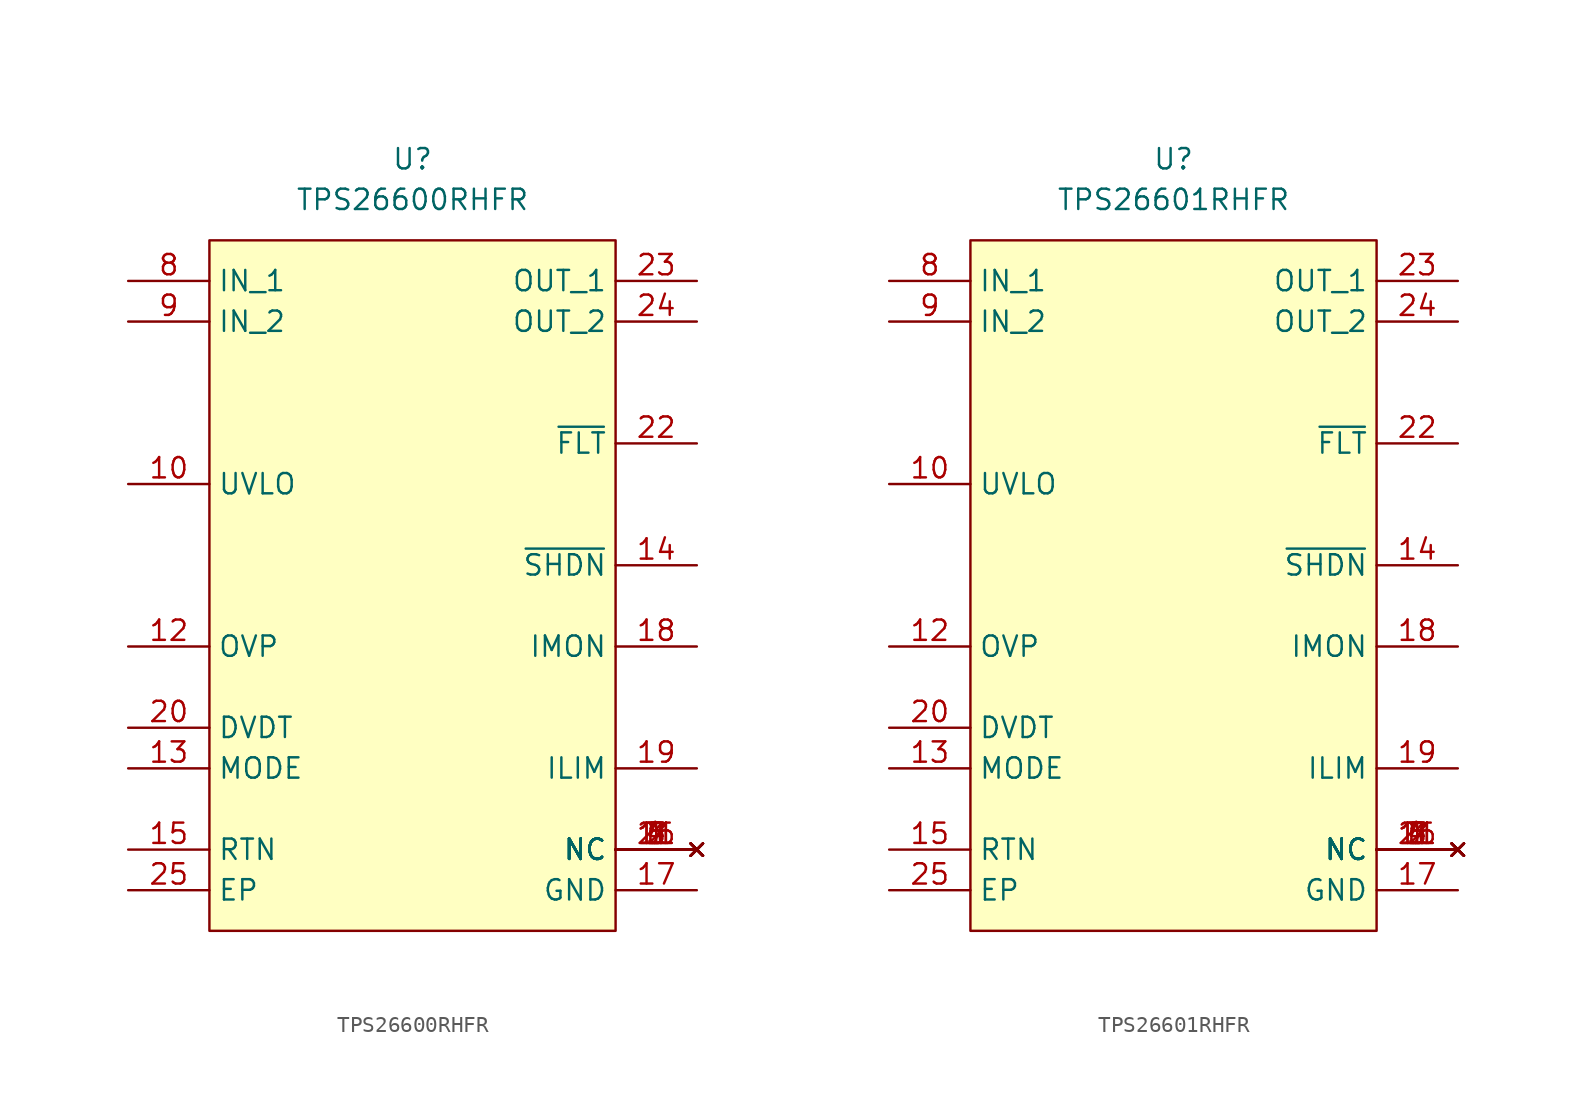
<source format=kicad_sym>
(kicad_symbol_lib
  (version 20241209)
  (generator "kicad_symbol_editor")
  (generator_version "9.0")
  (symbol "TPS26600RHFR"
    (property "Reference" "U"
      (at 0 5.08 0)
      (effects (font (size 1.27 1.27))))
    (property "Value" "TPS26600RHFR"
      (at 0 2.54 0)
      (effects (font (size 1.27 1.27))))
    (symbol "TPS26600RHFR_1_1"
      (rectangle (start -12.7 0) (end 12.7 -43.18) (stroke (width 0) (type solid)) (fill (type background)))
      (pin power_in line (at -17.78 -2.54 0) (length 5.08) (name "IN_1" (effects (font (size 1.27 1.27)))) (number "8" (effects (font (size 1.27 1.27)))))
      (pin power_in line (at -17.78 -5.08 0) (length 5.08) (name "IN_2" (effects (font (size 1.27 1.27)))) (number "9" (effects (font (size 1.27 1.27)))))
      (pin input line (at -17.78 -15.24 0) (length 5.08) (name "UVLO" (effects (font (size 1.27 1.27)))) (number "10" (effects (font (size 1.27 1.27)))))
      (pin input line (at -17.78 -25.4 0) (length 5.08) (name "OVP" (effects (font (size 1.27 1.27)))) (number "12" (effects (font (size 1.27 1.27)))))
      (pin bidirectional line (at -17.78 -30.48 0) (length 5.08) (name "DVDT" (effects (font (size 1.27 1.27)))) (number "20" (effects (font (size 1.27 1.27)))))
      (pin input line (at -17.78 -33.02 0) (length 5.08) (name "MODE" (effects (font (size 1.27 1.27)))) (number "13" (effects (font (size 1.27 1.27)))))
      (pin passive line (at -17.78 -38.1 0) (length 5.08) (name "RTN" (effects (font (size 1.27 1.27)))) (number "15" (effects (font (size 1.27 1.27)))))
      (pin passive line (at -17.78 -40.64 0) (length 5.08) (name "EP" (effects (font (size 1.27 1.27)))) (number "25" (effects (font (size 1.27 1.27)))))
      (pin power_out line (at 17.78 -2.54 180) (length 5.08) (name "OUT_1" (effects (font (size 1.27 1.27)))) (number "23" (effects (font (size 1.27 1.27)))))
      (pin passive line (at 17.78 -5.08 180) (length 5.08) (name "OUT_2" (effects (font (size 1.27 1.27)))) (number "24" (effects (font (size 1.27 1.27)))))
      (pin output line (at 17.78 -12.7 180) (length 5.08) (name "~{FLT}" (effects (font (size 1.27 1.27)))) (number "22" (effects (font (size 1.27 1.27)))))
      (pin input line (at 17.78 -20.32 180) (length 5.08) (name "~{SHDN}" (effects (font (size 1.27 1.27)))) (number "14" (effects (font (size 1.27 1.27)))))
      (pin output line (at 17.78 -25.4 180) (length 5.08) (name "IMON" (effects (font (size 1.27 1.27)))) (number "18" (effects (font (size 1.27 1.27)))))
      (pin bidirectional line (at 17.78 -33.02 180) (length 5.08) (name "ILIM" (effects (font (size 1.27 1.27)))) (number "19" (effects (font (size 1.27 1.27)))))
      (pin no_connect line (at 17.78 -38.1 180) (length 5.08) (name "NC" (effects (font (size 1.27 1.27)))) (number "1" (effects (font (size 1.27 1.27)))))
      (pin no_connect line (at 17.78 -38.1 180) (length 5.08) (name "NC" (effects (font (size 1.27 1.27)))) (number "11" (effects (font (size 1.27 1.27)))))
      (pin no_connect line (at 17.78 -38.1 180) (length 5.08) (name "NC" (effects (font (size 1.27 1.27)))) (number "16" (effects (font (size 1.27 1.27)))))
      (pin no_connect line (at 17.78 -38.1 180) (length 5.08) (name "NC" (effects (font (size 1.27 1.27)))) (number "2" (effects (font (size 1.27 1.27)))))
      (pin no_connect line (at 17.78 -38.1 180) (length 5.08) (name "NC" (effects (font (size 1.27 1.27)))) (number "21" (effects (font (size 1.27 1.27)))))
      (pin no_connect line (at 17.78 -38.1 180) (length 5.08) (name "NC" (effects (font (size 1.27 1.27)))) (number "3" (effects (font (size 1.27 1.27)))))
      (pin no_connect line (at 17.78 -38.1 180) (length 5.08) (name "NC" (effects (font (size 1.27 1.27)))) (number "4" (effects (font (size 1.27 1.27)))))
      (pin no_connect line (at 17.78 -38.1 180) (length 5.08) (name "NC" (effects (font (size 1.27 1.27)))) (number "5" (effects (font (size 1.27 1.27)))))
      (pin no_connect line (at 17.78 -38.1 180) (length 5.08) (name "NC" (effects (font (size 1.27 1.27)))) (number "6" (effects (font (size 1.27 1.27)))))
      (pin no_connect line (at 17.78 -38.1 180) (length 5.08) (name "NC" (effects (font (size 1.27 1.27)))) (number "7" (effects (font (size 1.27 1.27)))))
      (pin passive line (at 17.78 -40.64 180) (length 5.08) (name "GND" (effects (font (size 1.27 1.27)))) (number "17" (effects (font (size 1.27 1.27)))))))
  (symbol "TPS26601RHFR"
    (property "Reference" "U"
      (at 0 5.08 0)
      (effects (font (size 1.27 1.27))))
    (property "Value" "TPS26601RHFR"
      (at 0 2.54 0)
      (effects (font (size 1.27 1.27))))
    (symbol "TPS26601RHFR_1_1"
      (rectangle (start -12.7 0) (end 12.7 -43.18) (stroke (width 0) (type solid)) (fill (type background)))
      (pin power_in line (at -17.78 -2.54 0) (length 5.08) (name "IN_1" (effects (font (size 1.27 1.27)))) (number "8" (effects (font (size 1.27 1.27)))))
      (pin power_in line (at -17.78 -5.08 0) (length 5.08) (name "IN_2" (effects (font (size 1.27 1.27)))) (number "9" (effects (font (size 1.27 1.27)))))
      (pin input line (at -17.78 -15.24 0) (length 5.08) (name "UVLO" (effects (font (size 1.27 1.27)))) (number "10" (effects (font (size 1.27 1.27)))))
      (pin input line (at -17.78 -25.4 0) (length 5.08) (name "OVP" (effects (font (size 1.27 1.27)))) (number "12" (effects (font (size 1.27 1.27)))))
      (pin bidirectional line (at -17.78 -30.48 0) (length 5.08) (name "DVDT" (effects (font (size 1.27 1.27)))) (number "20" (effects (font (size 1.27 1.27)))))
      (pin input line (at -17.78 -33.02 0) (length 5.08) (name "MODE" (effects (font (size 1.27 1.27)))) (number "13" (effects (font (size 1.27 1.27)))))
      (pin passive line (at -17.78 -38.1 0) (length 5.08) (name "RTN" (effects (font (size 1.27 1.27)))) (number "15" (effects (font (size 1.27 1.27)))))
      (pin passive line (at -17.78 -40.64 0) (length 5.08) (name "EP" (effects (font (size 1.27 1.27)))) (number "25" (effects (font (size 1.27 1.27)))))
      (pin power_out line (at 17.78 -2.54 180) (length 5.08) (name "OUT_1" (effects (font (size 1.27 1.27)))) (number "23" (effects (font (size 1.27 1.27)))))
      (pin power_out line (at 17.78 -5.08 180) (length 5.08) (name "OUT_2" (effects (font (size 1.27 1.27)))) (number "24" (effects (font (size 1.27 1.27)))))
      (pin output line (at 17.78 -12.7 180) (length 5.08) (name "~{FLT}" (effects (font (size 1.27 1.27)))) (number "22" (effects (font (size 1.27 1.27)))))
      (pin input line (at 17.78 -20.32 180) (length 5.08) (name "~{SHDN}" (effects (font (size 1.27 1.27)))) (number "14" (effects (font (size 1.27 1.27)))))
      (pin output line (at 17.78 -25.4 180) (length 5.08) (name "IMON" (effects (font (size 1.27 1.27)))) (number "18" (effects (font (size 1.27 1.27)))))
      (pin bidirectional line (at 17.78 -33.02 180) (length 5.08) (name "ILIM" (effects (font (size 1.27 1.27)))) (number "19" (effects (font (size 1.27 1.27)))))
      (pin no_connect line (at 17.78 -38.1 180) (length 5.08) (name "NC" (effects (font (size 1.27 1.27)))) (number "1" (effects (font (size 1.27 1.27)))))
      (pin no_connect line (at 17.78 -38.1 180) (length 5.08) (name "NC" (effects (font (size 1.27 1.27)))) (number "11" (effects (font (size 1.27 1.27)))))
      (pin no_connect line (at 17.78 -38.1 180) (length 5.08) (name "NC" (effects (font (size 1.27 1.27)))) (number "16" (effects (font (size 1.27 1.27)))))
      (pin no_connect line (at 17.78 -38.1 180) (length 5.08) (name "NC" (effects (font (size 1.27 1.27)))) (number "2" (effects (font (size 1.27 1.27)))))
      (pin no_connect line (at 17.78 -38.1 180) (length 5.08) (name "NC" (effects (font (size 1.27 1.27)))) (number "21" (effects (font (size 1.27 1.27)))))
      (pin no_connect line (at 17.78 -38.1 180) (length 5.08) (name "NC" (effects (font (size 1.27 1.27)))) (number "3" (effects (font (size 1.27 1.27)))))
      (pin no_connect line (at 17.78 -38.1 180) (length 5.08) (name "NC" (effects (font (size 1.27 1.27)))) (number "4" (effects (font (size 1.27 1.27)))))
      (pin no_connect line (at 17.78 -38.1 180) (length 5.08) (name "NC" (effects (font (size 1.27 1.27)))) (number "5" (effects (font (size 1.27 1.27)))))
      (pin no_connect line (at 17.78 -38.1 180) (length 5.08) (name "NC" (effects (font (size 1.27 1.27)))) (number "6" (effects (font (size 1.27 1.27)))))
      (pin no_connect line (at 17.78 -38.1 180) (length 5.08) (name "NC" (effects (font (size 1.27 1.27)))) (number "7" (effects (font (size 1.27 1.27)))))
      (pin passive line (at 17.78 -40.64 180) (length 5.08) (name "GND" (effects (font (size 1.27 1.27)))) (number "17" (effects (font (size 1.27 1.27))))))))
</source>
